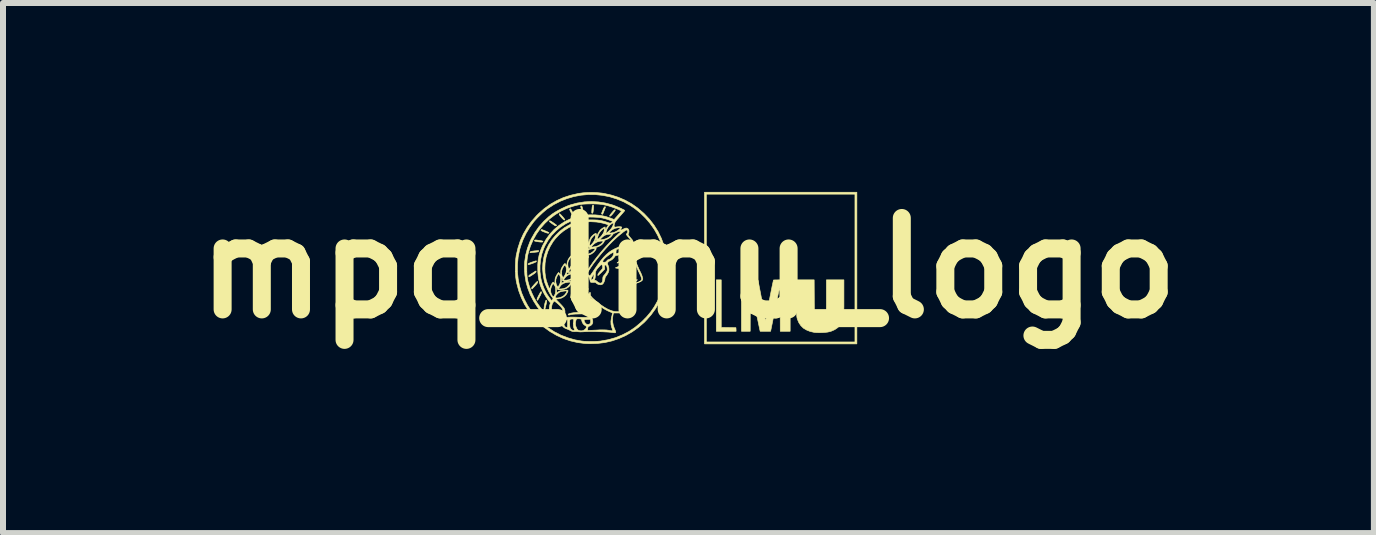
<source format=kicad_pcb>
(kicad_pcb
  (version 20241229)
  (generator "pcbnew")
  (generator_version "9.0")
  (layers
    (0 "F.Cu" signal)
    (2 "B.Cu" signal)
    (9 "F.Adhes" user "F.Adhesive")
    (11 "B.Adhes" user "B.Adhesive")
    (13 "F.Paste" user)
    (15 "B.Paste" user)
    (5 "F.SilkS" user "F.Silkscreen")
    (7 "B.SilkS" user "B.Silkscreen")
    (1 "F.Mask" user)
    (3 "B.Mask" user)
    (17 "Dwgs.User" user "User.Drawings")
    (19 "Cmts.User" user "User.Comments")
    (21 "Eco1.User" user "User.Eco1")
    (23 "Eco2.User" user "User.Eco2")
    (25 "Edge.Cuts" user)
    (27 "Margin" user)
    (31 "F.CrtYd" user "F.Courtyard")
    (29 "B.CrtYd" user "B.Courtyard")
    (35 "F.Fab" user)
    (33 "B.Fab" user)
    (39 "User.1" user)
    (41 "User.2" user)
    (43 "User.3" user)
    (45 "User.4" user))
  (footprint "mpq_lmu_logo"
    (layer "F.Cu")
    (at 8.426 1.418)
    (property "Reference" "mpq_lmu_logo" (at 0 0 0) (layer "F.SilkS") (effects (font (size 1.524 1.524) (thickness 0.3))))
    (attr through_hole)
    (fp_poly (pts (xy 0.546 0.99) (xy 0.668 0.992) (xy 0.791 0.994) (xy 0.793 1.024) (xy 0.794 1.054) (xy 0.464 1.054) (xy 0.464 0.197) (xy 0.546 0.197) (xy 0.546 0.99)) (stroke (width 0.01) (type solid)) (fill yes) (layer "F.SilkS"))
    (fp_poly (pts (xy 2.807 1.264) (xy 0.267 1.264) (xy 0.267 -1.232) (xy 0.298 -1.232) (xy 0.298 1.232) (xy 2.775 1.232) (xy 2.775 -1.232) (xy 0.298 -1.232) (xy 0.267 -1.232) (xy 0.267 -1.264) (xy 2.807 -1.264) (xy 2.807 1.264)) (stroke (width 0.01) (type solid)) (fill yes) (layer "F.SilkS"))
    (fp_poly (pts (xy -2.14 -0.9) (xy -2.128 -0.889) (xy -2.112 -0.872) (xy -2.095 -0.853) (xy -2.08 -0.835) (xy -2.068 -0.819) (xy -2.062 -0.808) (xy -2.061 -0.805) (xy -2.068 -0.8) (xy -2.078 -0.804) (xy -2.092 -0.816) (xy -2.113 -0.837) (xy -2.118 -0.844) (xy -2.14 -0.87) (xy -2.152 -0.889) (xy -2.155 -0.9) (xy -2.15 -0.905) (xy -2.148 -0.905) (xy -2.14 -0.9)) (stroke (width 0.01) (type solid)) (fill yes) (layer "F.SilkS"))
    (fp_poly (pts (xy -1.221 -0.97) (xy -1.22 -0.964) (xy -1.226 -0.953) (xy -1.239 -0.934) (xy -1.256 -0.912) (xy -1.276 -0.888) (xy -1.293 -0.872) (xy -1.305 -0.864) (xy -1.313 -0.865) (xy -1.314 -0.87) (xy -1.31 -0.879) (xy -1.3 -0.894) (xy -1.285 -0.913) (xy -1.269 -0.932) (xy -1.253 -0.951) (xy -1.239 -0.964) (xy -1.23 -0.971) (xy -1.228 -0.972) (xy -1.221 -0.97)) (stroke (width 0.01) (type solid)) (fill yes) (layer "F.SilkS"))
    (fp_poly (pts (xy -2.439 -0.639) (xy -2.421 -0.633) (xy -2.399 -0.624) (xy -2.376 -0.615) (xy -2.354 -0.605) (xy -2.337 -0.596) (xy -2.327 -0.59) (xy -2.326 -0.588) (xy -2.33 -0.582) (xy -2.34 -0.581) (xy -2.355 -0.583) (xy -2.379 -0.591) (xy -2.405 -0.601) (xy -2.434 -0.613) (xy -2.451 -0.622) (xy -2.459 -0.629) (xy -2.459 -0.632) (xy -2.453 -0.64) (xy -2.45 -0.641) (xy -2.439 -0.639)) (stroke (width 0.01) (type solid)) (fill yes) (layer "F.SilkS"))
    (fp_poly (pts (xy -2.536 -0.119) (xy -2.535 -0.115) (xy -2.535 -0.113) (xy -2.539 -0.105) (xy -2.55 -0.098) (xy -2.571 -0.088) (xy -2.596 -0.079) (xy -2.629 -0.067) (xy -2.651 -0.061) (xy -2.664 -0.058) (xy -2.671 -0.06) (xy -2.673 -0.065) (xy -2.672 -0.068) (xy -2.665 -0.075) (xy -2.645 -0.085) (xy -2.613 -0.098) (xy -2.602 -0.101) (xy -2.572 -0.111) (xy -2.553 -0.117) (xy -2.541 -0.12) (xy -2.536 -0.119)) (stroke (width 0.01) (type solid)) (fill yes) (layer "F.SilkS"))
    (fp_poly (pts (xy -1.965 -0.985) (xy -1.957 -0.975) (xy -1.945 -0.956) (xy -1.934 -0.933) (xy -1.922 -0.909) (xy -1.912 -0.889) (xy -1.906 -0.877) (xy -1.905 -0.873) (xy -1.91 -0.871) (xy -1.917 -0.87) (xy -1.926 -0.874) (xy -1.937 -0.888) (xy -1.951 -0.912) (xy -1.955 -0.92) (xy -1.969 -0.947) (xy -1.977 -0.965) (xy -1.98 -0.976) (xy -1.979 -0.982) (xy -1.973 -0.986) (xy -1.972 -0.987) (xy -1.965 -0.985)) (stroke (width 0.01) (type solid)) (fill yes) (layer "F.SilkS"))
    (fp_poly (pts (xy -2.534 -0.467) (xy -2.509 -0.463) (xy -2.496 -0.461) (xy -2.465 -0.457) (xy -2.444 -0.453) (xy -2.432 -0.449) (xy -2.427 -0.446) (xy -2.427 -0.441) (xy -2.429 -0.439) (xy -2.435 -0.434) (xy -2.449 -0.433) (xy -2.471 -0.434) (xy -2.503 -0.438) (xy -2.521 -0.441) (xy -2.543 -0.445) (xy -2.56 -0.449) (xy -2.567 -0.452) (xy -2.567 -0.453) (xy -2.565 -0.461) (xy -2.56 -0.466) (xy -2.551 -0.468) (xy -2.534 -0.467)) (stroke (width 0.01) (type solid)) (fill yes) (layer "F.SilkS"))
    (fp_poly (pts (xy -2.498 -0.29) (xy -2.498 -0.283) (xy -2.499 -0.278) (xy -2.505 -0.272) (xy -2.519 -0.268) (xy -2.544 -0.265) (xy -2.555 -0.264) (xy -2.582 -0.261) (xy -2.605 -0.259) (xy -2.622 -0.257) (xy -2.624 -0.256) (xy -2.637 -0.256) (xy -2.642 -0.258) (xy -2.639 -0.267) (xy -2.63 -0.274) (xy -2.614 -0.279) (xy -2.587 -0.283) (xy -2.566 -0.286) (xy -2.539 -0.288) (xy -2.516 -0.29) (xy -2.502 -0.291) (xy -2.498 -0.29)) (stroke (width 0.01) (type solid)) (fill yes) (layer "F.SilkS"))
    (fp_poly (pts (xy -2.452 0.398) (xy -2.45 0.406) (xy -2.453 0.418) (xy -2.46 0.436) (xy -2.473 0.463) (xy -2.474 0.464) (xy -2.487 0.489) (xy -2.499 0.511) (xy -2.508 0.526) (xy -2.511 0.53) (xy -2.518 0.538) (xy -2.521 0.535) (xy -2.524 0.529) (xy -2.524 0.518) (xy -2.518 0.5) (xy -2.506 0.475) (xy -2.493 0.45) (xy -2.478 0.423) (xy -2.468 0.405) (xy -2.461 0.396) (xy -2.456 0.394) (xy -2.452 0.398)) (stroke (width 0.01) (type solid)) (fill yes) (layer "F.SilkS"))
    (fp_poly (pts (xy -2.363 0.546) (xy -2.362 0.554) (xy -2.364 0.563) (xy -2.367 0.582) (xy -2.373 0.606) (xy -2.379 0.632) (xy -2.385 0.657) (xy -2.391 0.678) (xy -2.395 0.693) (xy -2.397 0.697) (xy -2.402 0.694) (xy -2.406 0.689) (xy -2.408 0.68) (xy -2.407 0.662) (xy -2.404 0.639) (xy -2.399 0.613) (xy -2.393 0.587) (xy -2.386 0.564) (xy -2.38 0.546) (xy -2.374 0.536) (xy -2.37 0.535) (xy -2.363 0.546)) (stroke (width 0.01) (type solid)) (fill yes) (layer "F.SilkS"))
    (fp_poly (pts (xy -1.386 -1.02) (xy -1.384 -1.017) (xy -1.386 -1.009) (xy -1.392 -0.993) (xy -1.4 -0.972) (xy -1.408 -0.95) (xy -1.417 -0.928) (xy -1.425 -0.909) (xy -1.43 -0.898) (xy -1.431 -0.896) (xy -1.437 -0.898) (xy -1.442 -0.9) (xy -1.447 -0.902) (xy -1.448 -0.909) (xy -1.445 -0.921) (xy -1.437 -0.941) (xy -1.429 -0.961) (xy -1.416 -0.991) (xy -1.405 -1.011) (xy -1.396 -1.021) (xy -1.395 -1.021) (xy -1.386 -1.02)) (stroke (width 0.01) (type solid)) (fill yes) (layer "F.SilkS"))
    (fp_poly (pts (xy -2.54 0.055) (xy -2.54 0.059) (xy -2.543 0.067) (xy -2.552 0.077) (xy -2.568 0.091) (xy -2.595 0.109) (xy -2.596 0.11) (xy -2.619 0.125) (xy -2.639 0.137) (xy -2.652 0.144) (xy -2.656 0.146) (xy -2.661 0.141) (xy -2.663 0.136) (xy -2.66 0.127) (xy -2.646 0.114) (xy -2.64 0.11) (xy -2.62 0.097) (xy -2.595 0.081) (xy -2.577 0.069) (xy -2.557 0.056) (xy -2.547 0.05) (xy -2.542 0.05) (xy -2.54 0.055)) (stroke (width 0.01) (type solid)) (fill yes) (layer "F.SilkS"))
    (fp_poly (pts (xy -2.515 0.224) (xy -2.513 0.228) (xy -2.513 0.237) (xy -2.519 0.249) (xy -2.532 0.267) (xy -2.553 0.291) (xy -2.557 0.296) (xy -2.577 0.317) (xy -2.593 0.334) (xy -2.604 0.346) (xy -2.608 0.349) (xy -2.612 0.344) (xy -2.614 0.34) (xy -2.615 0.334) (xy -2.613 0.326) (xy -2.606 0.316) (xy -2.593 0.3) (xy -2.574 0.278) (xy -2.558 0.261) (xy -2.539 0.24) (xy -2.526 0.228) (xy -2.519 0.223) (xy -2.515 0.224)) (stroke (width 0.01) (type solid)) (fill yes) (layer "F.SilkS"))
    (fp_poly (pts (xy -2.304 -0.786) (xy -2.291 -0.779) (xy -2.27 -0.766) (xy -2.258 -0.758) (xy -2.232 -0.739) (xy -2.214 -0.727) (xy -2.204 -0.719) (xy -2.2 -0.714) (xy -2.2 -0.71) (xy -2.204 -0.707) (xy -2.205 -0.706) (xy -2.215 -0.703) (xy -2.228 -0.708) (xy -2.229 -0.709) (xy -2.264 -0.733) (xy -2.289 -0.751) (xy -2.306 -0.764) (xy -2.315 -0.773) (xy -2.319 -0.78) (xy -2.317 -0.785) (xy -2.317 -0.785) (xy -2.312 -0.788) (xy -2.304 -0.786)) (stroke (width 0.01) (type solid)) (fill yes) (layer "F.SilkS"))
    (fp_poly (pts (xy -1.779 -1.033) (xy -1.775 -1.026) (xy -1.77 -1.012) (xy -1.764 -0.988) (xy -1.761 -0.972) (xy -1.755 -0.943) (xy -1.752 -0.925) (xy -1.752 -0.914) (xy -1.753 -0.909) (xy -1.758 -0.908) (xy -1.76 -0.908) (xy -1.771 -0.914) (xy -1.775 -0.922) (xy -1.778 -0.937) (xy -1.782 -0.958) (xy -1.787 -0.981) (xy -1.792 -1.003) (xy -1.795 -1.021) (xy -1.797 -1.031) (xy -1.797 -1.032) (xy -1.792 -1.035) (xy -1.785 -1.035) (xy -1.779 -1.033)) (stroke (width 0.01) (type solid)) (fill yes) (layer "F.SilkS"))
    (fp_poly (pts (xy -1.585 -1.046) (xy -1.582 -1.04) (xy -1.582 -1.026) (xy -1.583 -1.003) (xy -1.584 -0.992) (xy -1.587 -0.959) (xy -1.59 -0.937) (xy -1.593 -0.924) (xy -1.597 -0.917) (xy -1.603 -0.914) (xy -1.605 -0.914) (xy -1.609 -0.916) (xy -1.612 -0.922) (xy -1.612 -0.936) (xy -1.611 -0.959) (xy -1.61 -0.97) (xy -1.607 -1.003) (xy -1.604 -1.025) (xy -1.601 -1.039) (xy -1.597 -1.045) (xy -1.591 -1.048) (xy -1.589 -1.048) (xy -1.585 -1.046)) (stroke (width 0.01) (type solid)) (fill yes) (layer "F.SilkS"))
    (fp_poly (pts (xy -1.014 -0.175) (xy -1.001 -0.166) (xy -0.992 -0.153) (xy -0.992 -0.146) (xy -1 -0.147) (xy -1.009 -0.153) (xy -1.023 -0.161) (xy -1.036 -0.163) (xy -1.051 -0.159) (xy -1.067 -0.153) (xy -1.09 -0.141) (xy -1.115 -0.126) (xy -1.128 -0.118) (xy -1.151 -0.103) (xy -1.17 -0.091) (xy -1.184 -0.084) (xy -1.188 -0.083) (xy -1.191 -0.086) (xy -1.185 -0.091) (xy -1.174 -0.098) (xy -1.156 -0.111) (xy -1.136 -0.125) (xy -1.096 -0.152) (xy -1.062 -0.17) (xy -1.035 -0.177) (xy -1.014 -0.175)) (stroke (width 0.01) (type solid)) (fill yes) (layer "F.SilkS"))
    (fp_poly (pts (xy -0.968 0.145) (xy -0.967 0.159) (xy -0.969 0.182) (xy -0.97 0.211) (xy -0.967 0.228) (xy -0.959 0.234) (xy -0.943 0.231) (xy -0.92 0.22) (xy -0.919 0.22) (xy -0.896 0.207) (xy -0.875 0.199) (xy -0.86 0.194) (xy -0.852 0.195) (xy -0.852 0.198) (xy -0.859 0.203) (xy -0.874 0.212) (xy -0.895 0.223) (xy -0.907 0.229) (xy -0.959 0.253) (xy -0.973 0.24) (xy -0.98 0.231) (xy -0.983 0.221) (xy -0.983 0.204) (xy -0.981 0.188) (xy -0.978 0.167) (xy -0.974 0.15) (xy -0.971 0.143) (xy -0.968 0.145)) (stroke (width 0.01) (type solid)) (fill yes) (layer "F.SilkS"))
    (fp_poly (pts (xy -1.007 -0.115) (xy -1.004 -0.104) (xy -1.003 -0.098) (xy -1.007 -0.085) (xy -1.014 -0.083) (xy -1.021 -0.079) (xy -1.02 -0.068) (xy -1.019 -0.054) (xy -1.019 -0.033) (xy -1.02 -0.021) (xy -1.024 0.013) (xy -1.076 0.012) (xy -1.108 0.011) (xy -1.142 0.009) (xy -1.171 0.006) (xy -1.193 0.003) (xy -1.209 0.000175) (xy -1.217 -0.002) (xy -1.217 -0.002) (xy -1.214 -0.006) (xy -1.201 -0.011) (xy -1.198 -0.012) (xy -1.146 -0.012) (xy -1.138 -0.009) (xy -1.12 -0.008) (xy -1.095 -0.008) (xy -1.09 -0.008) (xy -1.038 -0.01) (xy -1.036 -0.037) (xy -1.036 -0.054) (xy -1.039 -0.061) (xy -1.046 -0.063) (xy -1.048 -0.064) (xy -1.06 -0.061) (xy -1.078 -0.054) (xy -1.098 -0.044) (xy -1.118 -0.034) (xy -1.135 -0.024) (xy -1.145 -0.016) (xy -1.146 -0.012) (xy -1.198 -0.012) (xy -1.196 -0.013) (xy -1.18 -0.02) (xy -1.157 -0.033) (xy -1.132 -0.048) (xy -1.121 -0.055) (xy -1.094 -0.072) (xy -1.068 -0.085) (xy -1.049 -0.092) (xy -1.045 -0.093) (xy -1.025 -0.099) (xy -1.018 -0.109) (xy -1.013 -0.117) (xy -1.007 -0.115)) (stroke (width 0.01) (type solid)) (fill yes) (layer "F.SilkS"))
    (fp_poly (pts (xy -1.715 0.125) (xy -1.705 0.133) (xy -1.699 0.142) (xy -1.696 0.153) (xy -1.696 0.171) (xy -1.698 0.193) (xy -1.699 0.219) (xy -1.698 0.235) (xy -1.695 0.244) (xy -1.692 0.248) (xy -1.686 0.257) (xy -1.689 0.262) (xy -1.698 0.264) (xy -1.705 0.26) (xy -1.71 0.254) (xy -1.712 0.243) (xy -1.713 0.226) (xy -1.711 0.2) (xy -1.709 0.174) (xy -1.709 0.157) (xy -1.712 0.146) (xy -1.717 0.141) (xy -1.733 0.133) (xy -1.749 0.137) (xy -1.764 0.151) (xy -1.775 0.173) (xy -1.782 0.201) (xy -1.782 0.204) (xy -1.782 0.236) (xy -1.774 0.261) (xy -1.756 0.284) (xy -1.74 0.299) (xy -1.723 0.314) (xy -1.711 0.328) (xy -1.708 0.334) (xy -1.7 0.345) (xy -1.691 0.349) (xy -1.684 0.347) (xy -1.683 0.342) (xy -1.681 0.337) (xy -1.675 0.341) (xy -1.671 0.35) (xy -1.676 0.359) (xy -1.687 0.367) (xy -1.697 0.365) (xy -1.705 0.358) (xy -1.713 0.346) (xy -1.714 0.339) (xy -1.719 0.331) (xy -1.732 0.32) (xy -1.74 0.314) (xy -1.767 0.293) (xy -1.783 0.268) (xy -1.79 0.236) (xy -1.791 0.218) (xy -1.79 0.194) (xy -1.787 0.173) (xy -1.785 0.163) (xy -1.772 0.141) (xy -1.754 0.127) (xy -1.734 0.121) (xy -1.715 0.125)) (stroke (width 0.01) (type solid)) (fill yes) (layer "F.SilkS"))
    (fp_poly (pts (xy 2.097 0.504) (xy 2.097 0.577) (xy 2.098 0.638) (xy 2.098 0.69) (xy 2.099 0.731) (xy 2.101 0.764) (xy 2.103 0.79) (xy 2.105 0.81) (xy 2.109 0.825) (xy 2.114 0.835) (xy 2.12 0.842) (xy 2.128 0.848) (xy 2.137 0.852) (xy 2.148 0.857) (xy 2.148 0.858) (xy 2.184 0.868) (xy 2.218 0.867) (xy 2.248 0.856) (xy 2.259 0.85) (xy 2.269 0.845) (xy 2.276 0.838) (xy 2.283 0.83) (xy 2.288 0.819) (xy 2.291 0.803) (xy 2.294 0.782) (xy 2.296 0.755) (xy 2.298 0.721) (xy 2.298 0.678) (xy 2.299 0.626) (xy 2.299 0.563) (xy 2.299 0.497) (xy 2.299 0.197) (xy 2.591 0.197) (xy 2.591 0.5) (xy 2.591 0.573) (xy 2.591 0.635) (xy 2.59 0.686) (xy 2.59 0.728) (xy 2.589 0.762) (xy 2.588 0.788) (xy 2.586 0.809) (xy 2.584 0.824) (xy 2.582 0.836) (xy 2.581 0.84) (xy 2.56 0.899) (xy 2.529 0.95) (xy 2.488 0.993) (xy 2.438 1.027) (xy 2.379 1.053) (xy 2.351 1.061) (xy 2.318 1.068) (xy 2.275 1.073) (xy 2.228 1.076) (xy 2.181 1.077) (xy 2.137 1.076) (xy 2.101 1.073) (xy 2.099 1.073) (xy 2.028 1.057) (xy 1.968 1.033) (xy 1.916 1.002) (xy 1.874 0.961) (xy 1.841 0.913) (xy 1.816 0.855) (xy 1.812 0.84) (xy 1.809 0.83) (xy 1.807 0.817) (xy 1.805 0.801) (xy 1.804 0.78) (xy 1.803 0.754) (xy 1.802 0.72) (xy 1.801 0.678) (xy 1.8 0.627) (xy 1.799 0.566) (xy 1.799 0.5) (xy 1.796 0.197) (xy 2.095 0.197) (xy 2.097 0.504)) (stroke (width 0.01) (type solid)) (fill yes) (layer "F.SilkS"))
    (fp_poly (pts (xy 1.021 0.198) (xy 1.159 0.2) (xy 1.185 0.337) (xy 1.199 0.408) (xy 1.213 0.483) (xy 1.227 0.559) (xy 1.24 0.633) (xy 1.252 0.703) (xy 1.262 0.765) (xy 1.267 0.799) (xy 1.273 0.833) (xy 1.278 0.856) (xy 1.283 0.867) (xy 1.285 0.868) (xy 1.289 0.861) (xy 1.294 0.845) (xy 1.298 0.821) (xy 1.3 0.809) (xy 1.304 0.781) (xy 1.311 0.742) (xy 1.319 0.695) (xy 1.329 0.642) (xy 1.339 0.585) (xy 1.35 0.527) (xy 1.361 0.469) (xy 1.372 0.414) (xy 1.382 0.363) (xy 1.391 0.32) (xy 1.394 0.303) (xy 1.402 0.269) (xy 1.408 0.239) (xy 1.413 0.217) (xy 1.415 0.203) (xy 1.416 0.2) (xy 1.422 0.199) (xy 1.439 0.198) (xy 1.465 0.198) (xy 1.498 0.197) (xy 1.537 0.197) (xy 1.556 0.197) (xy 1.695 0.197) (xy 1.695 1.054) (xy 1.53 1.054) (xy 1.529 0.692) (xy 1.528 0.615) (xy 1.528 0.545) (xy 1.527 0.484) (xy 1.526 0.432) (xy 1.525 0.39) (xy 1.524 0.359) (xy 1.523 0.339) (xy 1.521 0.33) (xy 1.521 0.33) (xy 1.519 0.336) (xy 1.514 0.353) (xy 1.508 0.381) (xy 1.499 0.417) (xy 1.49 0.461) (xy 1.479 0.511) (xy 1.467 0.567) (xy 1.455 0.627) (xy 1.453 0.64) (xy 1.44 0.702) (xy 1.428 0.763) (xy 1.416 0.821) (xy 1.406 0.873) (xy 1.397 0.918) (xy 1.389 0.956) (xy 1.383 0.984) (xy 1.38 1.001) (xy 1.38 1.002) (xy 1.369 1.054) (xy 1.195 1.054) (xy 1.185 1.011) (xy 1.182 0.996) (xy 1.177 0.972) (xy 1.17 0.939) (xy 1.161 0.896) (xy 1.15 0.844) (xy 1.137 0.782) (xy 1.122 0.708) (xy 1.105 0.624) (xy 1.085 0.528) (xy 1.065 0.43) (xy 1.058 0.396) (xy 1.051 0.367) (xy 1.045 0.345) (xy 1.04 0.332) (xy 1.038 0.33) (xy 1.037 0.336) (xy 1.035 0.355) (xy 1.034 0.386) (xy 1.033 0.429) (xy 1.032 0.484) (xy 1.031 0.551) (xy 1.031 0.629) (xy 1.03 0.692) (xy 1.029 1.054) (xy 0.883 1.054) (xy 0.883 0.197) (xy 1.021 0.198)) (stroke (width 0.01) (type solid)) (fill yes) (layer "F.SilkS"))
    (fp_poly (pts (xy -1.523 -1.257) (xy -1.45 -1.25) (xy -1.413 -1.245) (xy -1.287 -1.217) (xy -1.167 -1.179) (xy -1.054 -1.13) (xy -0.946 -1.07) (xy -0.845 -0.999) (xy -0.749 -0.916) (xy -0.737 -0.905) (xy -0.649 -0.812) (xy -0.573 -0.713) (xy -0.507 -0.608) (xy -0.453 -0.497) (xy -0.409 -0.379) (xy -0.376 -0.255) (xy -0.367 -0.21) (xy -0.36 -0.159) (xy -0.355 -0.1) (xy -0.353 -0.036) (xy -0.353 0.031) (xy -0.355 0.095) (xy -0.36 0.155) (xy -0.366 0.206) (xy -0.367 0.21) (xy -0.396 0.336) (xy -0.436 0.456) (xy -0.487 0.57) (xy -0.549 0.677) (xy -0.622 0.778) (xy -0.706 0.873) (xy -0.737 0.905) (xy -0.833 0.988) (xy -0.935 1.061) (xy -1.043 1.123) (xy -1.156 1.174) (xy -1.273 1.214) (xy -1.395 1.242) (xy -1.519 1.257) (xy -1.646 1.261) (xy -1.724 1.258) (xy -1.848 1.242) (xy -1.968 1.214) (xy -2.086 1.174) (xy -2.199 1.122) (xy -2.306 1.06) (xy -2.408 0.987) (xy -2.501 0.905) (xy -2.589 0.812) (xy -2.666 0.712) (xy -2.732 0.607) (xy -2.786 0.496) (xy -2.83 0.378) (xy -2.863 0.254) (xy -2.872 0.21) (xy -2.879 0.159) (xy -2.883 0.1) (xy -2.885 0.058) (xy -2.851 0.058) (xy -2.839 0.179) (xy -2.817 0.297) (xy -2.815 0.302) (xy -2.782 0.412) (xy -2.736 0.52) (xy -2.681 0.624) (xy -2.616 0.723) (xy -2.578 0.772) (xy -2.551 0.803) (xy -2.517 0.839) (xy -2.478 0.877) (xy -2.438 0.914) (xy -2.399 0.949) (xy -2.364 0.978) (xy -2.345 0.992) (xy -2.238 1.061) (xy -2.127 1.118) (xy -2.01 1.163) (xy -1.89 1.197) (xy -1.784 1.216) (xy -1.739 1.221) (xy -1.685 1.223) (xy -1.627 1.224) (xy -1.568 1.224) (xy -1.513 1.221) (xy -1.466 1.217) (xy -1.46 1.216) (xy -1.335 1.194) (xy -1.215 1.16) (xy -1.102 1.114) (xy -0.994 1.058) (xy -0.892 0.99) (xy -0.796 0.91) (xy -0.77 0.886) (xy -0.694 0.809) (xy -0.629 0.731) (xy -0.573 0.65) (xy -0.524 0.564) (xy -0.514 0.546) (xy -0.467 0.439) (xy -0.43 0.33) (xy -0.405 0.218) (xy -0.391 0.102) (xy -0.388 0) (xy -0.393 -0.121) (xy -0.409 -0.237) (xy -0.435 -0.348) (xy -0.473 -0.456) (xy -0.514 -0.546) (xy -0.572 -0.648) (xy -0.641 -0.745) (xy -0.719 -0.836) (xy -0.805 -0.92) (xy -0.897 -0.994) (xy -0.978 -1.048) (xy -1.087 -1.107) (xy -1.2 -1.153) (xy -1.316 -1.189) (xy -1.434 -1.212) (xy -1.553 -1.224) (xy -1.673 -1.225) (xy -1.792 -1.214) (xy -1.909 -1.192) (xy -2.024 -1.158) (xy -2.136 -1.114) (xy -2.244 -1.058) (xy -2.347 -0.991) (xy -2.362 -0.98) (xy -2.395 -0.953) (xy -2.433 -0.92) (xy -2.473 -0.882) (xy -2.513 -0.843) (xy -2.548 -0.806) (xy -2.577 -0.773) (xy -2.578 -0.772) (xy -2.647 -0.678) (xy -2.707 -0.578) (xy -2.758 -0.471) (xy -2.798 -0.362) (xy -2.815 -0.302) (xy -2.839 -0.184) (xy -2.85 -0.063) (xy -2.851 0.058) (xy -2.885 0.058) (xy -2.886 0.036) (xy -2.886 -0.031) (xy -2.883 -0.095) (xy -2.879 -0.155) (xy -2.872 -0.206) (xy -2.872 -0.21) (xy -2.842 -0.336) (xy -2.803 -0.456) (xy -2.752 -0.569) (xy -2.69 -0.676) (xy -2.617 -0.777) (xy -2.533 -0.873) (xy -2.501 -0.905) (xy -2.406 -0.989) (xy -2.305 -1.062) (xy -2.198 -1.123) (xy -2.086 -1.174) (xy -1.967 -1.213) (xy -1.841 -1.242) (xy -1.825 -1.245) (xy -1.757 -1.254) (xy -1.681 -1.259) (xy -1.602 -1.26) (xy -1.523 -1.257)) (stroke (width 0.01) (type solid)) (fill yes) (layer "F.SilkS"))
    (fp_poly (pts (xy -1.499 -1.102) (xy -1.381 -1.083) (xy -1.273 -1.054) (xy -1.247 -1.045) (xy -1.216 -1.033) (xy -1.184 -1.02) (xy -1.152 -1.006) (xy -1.121 -0.992) (xy -1.095 -0.979) (xy -1.075 -0.969) (xy -1.064 -0.961) (xy -1.062 -0.958) (xy -1.066 -0.952) (xy -1.078 -0.938) (xy -1.095 -0.918) (xy -1.117 -0.893) (xy -1.14 -0.867) (xy -1.168 -0.834) (xy -1.19 -0.81) (xy -1.205 -0.791) (xy -1.216 -0.777) (xy -1.223 -0.765) (xy -1.228 -0.754) (xy -1.232 -0.742) (xy -1.236 -0.728) (xy -1.24 -0.704) (xy -1.238 -0.689) (xy -1.228 -0.683) (xy -1.208 -0.683) (xy -1.194 -0.686) (xy -1.174 -0.688) (xy -1.152 -0.689) (xy -1.131 -0.688) (xy -1.117 -0.685) (xy -1.111 -0.681) (xy -1.114 -0.674) (xy -1.122 -0.661) (xy -1.124 -0.656) (xy -1.138 -0.635) (xy -1.123 -0.635) (xy -1.109 -0.638) (xy -1.09 -0.647) (xy -1.083 -0.651) (xy -1.054 -0.664) (xy -1.029 -0.666) (xy -1.01 -0.656) (xy -1.004 -0.65) (xy -0.993 -0.627) (xy -0.992 -0.601) (xy -1 -0.576) (xy -1.001 -0.575) (xy -1.005 -0.568) (xy -1.006 -0.561) (xy -1.003 -0.552) (xy -0.995 -0.54) (xy -0.981 -0.522) (xy -0.961 -0.498) (xy -0.947 -0.481) (xy -0.937 -0.469) (xy -0.93 -0.459) (xy -0.926 -0.446) (xy -0.924 -0.429) (xy -0.923 -0.403) (xy -0.923 -0.393) (xy -0.922 -0.362) (xy -0.923 -0.341) (xy -0.926 -0.331) (xy -0.927 -0.33) (xy -0.933 -0.326) (xy -0.932 -0.312) (xy -0.925 -0.289) (xy -0.911 -0.255) (xy -0.91 -0.253) (xy -0.896 -0.216) (xy -0.888 -0.185) (xy -0.885 -0.158) (xy -0.88 -0.125) (xy -0.868 -0.083) (xy -0.848 -0.033) (xy -0.822 0.026) (xy -0.805 0.06) (xy -0.789 0.093) (xy -0.776 0.126) (xy -0.767 0.155) (xy -0.762 0.177) (xy -0.762 0.182) (xy -0.767 0.2) (xy -0.783 0.216) (xy -0.811 0.232) (xy -0.843 0.244) (xy -0.873 0.255) (xy -0.893 0.265) (xy -0.903 0.277) (xy -0.906 0.292) (xy -0.903 0.313) (xy -0.902 0.318) (xy -0.896 0.337) (xy -0.891 0.35) (xy -0.888 0.353) (xy -0.884 0.362) (xy -0.883 0.377) (xy -0.886 0.392) (xy -0.89 0.398) (xy -0.893 0.408) (xy -0.89 0.418) (xy -0.885 0.428) (xy -0.884 0.435) (xy -0.889 0.444) (xy -0.9 0.457) (xy -0.906 0.465) (xy -0.93 0.491) (xy -0.928 0.553) (xy -0.929 0.598) (xy -0.935 0.633) (xy -0.947 0.661) (xy -0.966 0.683) (xy -0.994 0.703) (xy -1.01 0.711) (xy -1.049 0.729) (xy -1.087 0.741) (xy -1.128 0.747) (xy -1.175 0.749) (xy -1.182 0.749) (xy -1.25 0.749) (xy -1.258 0.783) (xy -1.266 0.838) (xy -1.264 0.898) (xy -1.253 0.957) (xy -1.233 1.013) (xy -1.228 1.023) (xy -1.219 1.043) (xy -1.214 1.06) (xy -1.213 1.067) (xy -1.214 1.074) (xy -1.221 1.078) (xy -1.234 1.079) (xy -1.256 1.076) (xy -1.28 1.073) (xy -1.304 1.07) (xy -1.339 1.067) (xy -1.382 1.065) (xy -1.431 1.062) (xy -1.483 1.061) (xy -1.536 1.059) (xy -1.588 1.058) (xy -1.637 1.058) (xy -1.68 1.059) (xy -1.714 1.06) (xy -1.731 1.061) (xy -1.769 1.063) (xy -1.801 1.064) (xy -1.825 1.063) (xy -1.833 1.062) (xy -1.854 1.059) (xy -1.88 1.058) (xy -1.893 1.059) (xy -1.916 1.059) (xy -1.937 1.056) (xy -1.959 1.047) (xy -1.988 1.032) (xy -2.003 1.025) (xy -2.024 1.016) (xy -2.034 1.013) (xy -2.064 0.999) (xy -2.089 0.981) (xy -2.105 0.962) (xy -2.108 0.955) (xy -2.117 0.943) (xy -2.133 0.931) (xy -2.139 0.927) (xy -2.163 0.912) (xy -2.175 0.894) (xy -2.175 0.892) (xy -2.15 0.892) (xy -2.14 0.904) (xy -2.131 0.908) (xy -2.122 0.91) (xy -2.116 0.904) (xy -2.112 0.894) (xy -2.08 0.894) (xy -2.08 0.921) (xy -2.079 0.926) (xy -2.071 0.957) (xy -2.059 0.977) (xy -2.042 0.988) (xy -2.029 0.99) (xy -2.023 0.989) (xy -2.019 0.986) (xy -2.017 0.976) (xy -2.016 0.959) (xy -2.015 0.932) (xy -2.015 0.924) (xy -1.981 0.924) (xy -1.979 0.964) (xy -1.974 0.993) (xy -1.964 1.014) (xy -1.949 1.028) (xy -1.947 1.029) (xy -1.926 1.039) (xy -1.91 1.04) (xy -1.901 1.032) (xy -1.901 1.019) (xy -1.904 1.014) (xy -1.912 0.997) (xy -1.918 0.97) (xy -1.92 0.939) (xy -1.919 0.922) (xy -1.885 0.922) (xy -1.884 0.942) (xy -1.88 0.962) (xy -1.877 0.972) (xy -1.865 1.003) (xy -1.853 1.024) (xy -1.837 1.037) (xy -1.815 1.044) (xy -1.79 1.047) (xy -1.77 1.045) (xy -1.755 1.041) (xy -1.745 1.036) (xy -1.682 1.036) (xy -1.681 1.039) (xy -1.674 1.039) (xy -1.657 1.039) (xy -1.63 1.038) (xy -1.597 1.037) (xy -1.559 1.035) (xy -1.552 1.035) (xy -1.481 1.031) (xy -1.421 1.031) (xy -1.372 1.032) (xy -1.332 1.037) (xy -1.308 1.041) (xy -1.284 1.046) (xy -1.27 1.046) (xy -1.264 1.042) (xy -1.264 1.04) (xy -1.266 1.03) (xy -1.271 1.012) (xy -1.277 0.997) (xy -1.291 0.944) (xy -1.293 0.888) (xy -1.284 0.828) (xy -1.284 0.826) (xy -1.277 0.8) (xy -1.272 0.778) (xy -1.268 0.763) (xy -1.267 0.76) (xy -1.266 0.752) (xy -1.275 0.745) (xy -1.287 0.739) (xy -1.349 0.712) (xy -1.404 0.682) (xy -1.456 0.649) (xy -1.507 0.609) (xy -1.562 0.56) (xy -1.573 0.549) (xy -1.599 0.525) (xy -1.621 0.505) (xy -1.639 0.491) (xy -1.65 0.483) (xy -1.654 0.482) (xy -1.654 0.486) (xy -1.654 0.494) (xy -1.651 0.507) (xy -1.646 0.528) (xy -1.639 0.556) (xy -1.629 0.595) (xy -1.619 0.629) (xy -1.609 0.672) (xy -1.603 0.714) (xy -1.602 0.751) (xy -1.604 0.781) (xy -1.608 0.794) (xy -1.613 0.809) (xy -1.613 0.822) (xy -1.607 0.838) (xy -1.606 0.841) (xy -1.596 0.874) (xy -1.595 0.906) (xy -1.604 0.933) (xy -1.605 0.934) (xy -1.619 0.95) (xy -1.639 0.963) (xy -1.659 0.971) (xy -1.665 0.972) (xy -1.672 0.977) (xy -1.677 0.994) (xy -1.679 1.004) (xy -1.681 1.023) (xy -1.682 1.036) (xy -1.745 1.036) (xy -1.732 1.029) (xy -1.714 1.012) (xy -1.703 0.993) (xy -1.702 0.984) (xy -1.705 0.97) (xy -1.717 0.96) (xy -1.721 0.959) (xy -1.744 0.943) (xy -1.763 0.919) (xy -1.775 0.892) (xy -1.776 0.885) (xy -1.779 0.875) (xy -1.74 0.875) (xy -1.736 0.891) (xy -1.726 0.909) (xy -1.712 0.926) (xy -1.696 0.938) (xy -1.686 0.941) (xy -1.664 0.94) (xy -1.645 0.931) (xy -1.633 0.915) (xy -1.63 0.896) (xy -1.631 0.876) (xy -1.636 0.854) (xy -1.683 0.856) (xy -1.707 0.858) (xy -1.725 0.86) (xy -1.735 0.863) (xy -1.736 0.864) (xy -1.74 0.875) (xy -1.779 0.875) (xy -1.781 0.867) (xy -1.788 0.854) (xy -1.79 0.852) (xy -1.802 0.848) (xy -1.822 0.845) (xy -1.844 0.845) (xy -1.861 0.848) (xy -1.866 0.85) (xy -1.871 0.859) (xy -1.877 0.876) (xy -1.881 0.896) (xy -1.885 0.922) (xy -1.919 0.922) (xy -1.919 0.908) (xy -1.917 0.897) (xy -1.913 0.872) (xy -1.914 0.857) (xy -1.921 0.85) (xy -1.935 0.849) (xy -1.949 0.85) (xy -1.963 0.852) (xy -1.972 0.857) (xy -1.978 0.868) (xy -1.98 0.886) (xy -1.981 0.914) (xy -1.981 0.924) (xy -2.015 0.924) (xy -2.015 0.892) (xy -2.016 0.872) (xy -2.02 0.86) (xy -2.027 0.857) (xy -2.04 0.859) (xy -2.056 0.864) (xy -2.073 0.875) (xy -2.08 0.894) (xy -2.112 0.894) (xy -2.111 0.89) (xy -2.107 0.874) (xy -2.108 0.862) (xy -2.109 0.861) (xy -2.119 0.858) (xy -2.133 0.861) (xy -2.145 0.87) (xy -2.149 0.876) (xy -2.15 0.892) (xy -2.175 0.892) (xy -2.176 0.873) (xy -2.165 0.848) (xy -2.143 0.82) (xy -2.134 0.809) (xy -2.113 0.787) (xy -2.101 0.769) (xy -2.095 0.751) (xy -2.094 0.73) (xy -2.095 0.708) (xy -2.1 0.686) (xy -2.113 0.662) (xy -2.134 0.636) (xy -2.165 0.607) (xy -2.18 0.593) (xy -2.205 0.572) (xy -2.223 0.559) (xy -2.234 0.552) (xy -2.241 0.552) (xy -2.243 0.553) (xy -2.261 0.582) (xy -2.273 0.607) (xy -2.279 0.633) (xy -2.282 0.664) (xy -2.283 0.693) (xy -2.283 0.723) (xy -2.281 0.745) (xy -2.278 0.762) (xy -2.272 0.779) (xy -2.263 0.8) (xy -2.256 0.813) (xy -2.24 0.842) (xy -2.222 0.87) (xy -2.205 0.893) (xy -2.201 0.897) (xy -2.183 0.918) (xy -2.174 0.932) (xy -2.173 0.943) (xy -2.18 0.951) (xy -2.189 0.951) (xy -2.207 0.944) (xy -2.23 0.929) (xy -2.258 0.909) (xy -2.29 0.885) (xy -2.323 0.857) (xy -2.358 0.828) (xy -2.391 0.797) (xy -2.422 0.766) (xy -2.446 0.74) (xy -2.521 0.646) (xy -2.584 0.547) (xy -2.637 0.445) (xy -2.678 0.338) (xy -2.709 0.229) (xy -2.727 0.118) (xy -2.734 0.006) (xy -2.734 -0.003) (xy -2.695 -0.003) (xy -2.695 0.055) (xy -2.693 0.104) (xy -2.689 0.147) (xy -2.683 0.187) (xy -2.674 0.229) (xy -2.661 0.275) (xy -2.65 0.311) (xy -2.616 0.404) (xy -2.572 0.497) (xy -2.519 0.586) (xy -2.46 0.669) (xy -2.448 0.683) (xy -2.433 0.701) (xy -2.413 0.723) (xy -2.39 0.746) (xy -2.366 0.771) (xy -2.342 0.794) (xy -2.321 0.813) (xy -2.305 0.828) (xy -2.294 0.837) (xy -2.291 0.838) (xy -2.291 0.833) (xy -2.295 0.818) (xy -2.302 0.798) (xy -2.303 0.792) (xy -2.314 0.75) (xy -2.319 0.704) (xy -2.319 0.658) (xy -2.312 0.617) (xy -2.31 0.61) (xy -2.301 0.582) (xy -2.345 0.524) (xy -2.373 0.483) (xy -2.402 0.434) (xy -2.43 0.382) (xy -2.453 0.331) (xy -2.47 0.286) (xy -2.486 0.234) (xy -2.498 0.184) (xy -2.505 0.134) (xy -2.51 0.078) (xy -2.512 0.032) (xy -2.512 -0.039) (xy -2.475 -0.039) (xy -2.475 0.061) (xy -2.463 0.16) (xy -2.45 0.219) (xy -2.433 0.275) (xy -2.411 0.334) (xy -2.384 0.39) (xy -2.369 0.419) (xy -2.353 0.445) (xy -2.335 0.471) (xy -2.318 0.496) (xy -2.302 0.517) (xy -2.289 0.533) (xy -2.281 0.54) (xy -2.28 0.54) (xy -2.273 0.535) (xy -2.264 0.524) (xy -2.262 0.52) (xy -2.21 0.52) (xy -2.206 0.526) (xy -2.194 0.539) (xy -2.176 0.557) (xy -2.154 0.579) (xy -2.147 0.586) (xy -2.122 0.612) (xy -2.099 0.637) (xy -2.082 0.658) (xy -2.071 0.674) (xy -2.071 0.675) (xy -2.059 0.712) (xy -2.059 0.752) (xy -2.067 0.787) (xy -2.072 0.805) (xy -2.073 0.818) (xy -2.073 0.82) (xy -2.064 0.823) (xy -2.045 0.823) (xy -2.02 0.821) (xy -1.995 0.819) (xy -1.962 0.818) (xy -1.924 0.818) (xy -1.885 0.819) (xy -1.88 0.819) (xy -1.821 0.821) (xy -1.774 0.822) (xy -1.737 0.823) (xy -1.708 0.822) (xy -1.687 0.821) (xy -1.671 0.819) (xy -1.661 0.816) (xy -1.653 0.811) (xy -1.65 0.809) (xy -1.637 0.787) (xy -1.63 0.755) (xy -1.63 0.714) (xy -1.636 0.666) (xy -1.649 0.611) (xy -1.658 0.581) (xy -1.666 0.553) (xy -1.674 0.526) (xy -1.68 0.505) (xy -1.681 0.499) (xy -1.687 0.481) (xy -1.699 0.47) (xy -1.707 0.466) (xy -1.727 0.458) (xy -1.727 0.494) (xy -1.725 0.522) (xy -1.721 0.553) (xy -1.718 0.568) (xy -1.706 0.628) (xy -1.7 0.676) (xy -1.701 0.714) (xy -1.708 0.74) (xy -1.721 0.756) (xy -1.723 0.757) (xy -1.736 0.761) (xy -1.762 0.763) (xy -1.799 0.765) (xy -1.835 0.766) (xy -1.884 0.767) (xy -1.923 0.77) (xy -1.951 0.774) (xy -1.965 0.777) (xy -1.988 0.783) (xy -2.001 0.782) (xy -2.003 0.781) (xy -2.005 0.772) (xy -1.996 0.764) (xy -1.976 0.757) (xy -1.947 0.75) (xy -1.909 0.744) (xy -1.864 0.74) (xy -1.833 0.739) (xy -1.795 0.737) (xy -1.766 0.734) (xy -1.745 0.728) (xy -1.732 0.719) (xy -1.725 0.704) (xy -1.724 0.682) (xy -1.728 0.651) (xy -1.736 0.61) (xy -1.741 0.585) (xy -1.746 0.551) (xy -1.751 0.513) (xy -1.753 0.479) (xy -1.753 0.472) (xy -1.754 0.434) (xy -1.759 0.407) (xy -1.762 0.4) (xy -1.77 0.387) (xy -1.775 0.381) (xy -1.775 0.381) (xy -1.781 0.385) (xy -1.795 0.394) (xy -1.813 0.408) (xy -1.819 0.412) (xy -1.844 0.43) (xy -1.872 0.447) (xy -1.901 0.463) (xy -1.927 0.476) (xy -1.949 0.485) (xy -1.963 0.488) (xy -1.965 0.488) (xy -1.966 0.484) (xy -1.955 0.474) (xy -1.934 0.458) (xy -1.917 0.446) (xy -1.88 0.421) (xy -1.849 0.397) (xy -1.824 0.376) (xy -1.808 0.359) (xy -1.801 0.347) (xy -1.802 0.342) (xy -1.809 0.34) (xy -1.821 0.346) (xy -1.838 0.361) (xy -1.856 0.376) (xy -1.872 0.385) (xy -1.882 0.388) (xy -1.886 0.384) (xy -1.882 0.379) (xy -1.872 0.366) (xy -1.857 0.349) (xy -1.857 0.349) (xy -1.841 0.329) (xy -1.833 0.316) (xy -1.831 0.304) (xy -1.831 0.299) (xy -1.839 0.264) (xy -1.843 0.239) (xy -1.844 0.227) (xy -1.822 0.227) (xy -1.813 0.269) (xy -1.794 0.311) (xy -1.78 0.332) (xy -1.763 0.356) (xy -1.746 0.381) (xy -1.737 0.395) (xy -1.725 0.414) (xy -1.712 0.43) (xy -1.705 0.435) (xy -1.693 0.442) (xy -1.683 0.441) (xy -1.671 0.435) (xy -1.656 0.425) (xy -1.648 0.412) (xy -1.648 0.412) (xy -1.643 0.404) (xy -1.638 0.406) (xy -1.636 0.416) (xy -1.636 0.431) (xy -1.636 0.434) (xy -1.635 0.449) (xy -1.627 0.466) (xy -1.612 0.486) (xy -1.587 0.511) (xy -1.553 0.541) (xy -1.535 0.556) (xy -1.465 0.611) (xy -1.4 0.655) (xy -1.339 0.689) (xy -1.281 0.712) (xy -1.226 0.726) (xy -1.222 0.726) (xy -1.196 0.728) (xy -1.163 0.727) (xy -1.127 0.725) (xy -1.094 0.72) (xy -1.069 0.715) (xy -1.038 0.702) (xy -1.007 0.684) (xy -0.98 0.664) (xy -0.963 0.646) (xy -0.956 0.635) (xy -0.952 0.622) (xy -0.951 0.603) (xy -0.951 0.576) (xy -0.951 0.574) (xy -0.95 0.533) (xy -0.945 0.504) (xy -0.943 0.497) (xy -0.936 0.478) (xy -0.934 0.468) (xy -0.939 0.464) (xy -0.945 0.463) (xy -0.956 0.461) (xy -0.968 0.456) (xy -0.977 0.451) (xy -0.98 0.446) (xy -0.977 0.445) (xy -0.963 0.447) (xy -0.95 0.452) (xy -0.934 0.455) (xy -0.917 0.454) (xy -0.905 0.449) (xy -0.902 0.442) (xy -0.906 0.432) (xy -0.915 0.422) (xy -0.928 0.41) (xy -0.91 0.396) (xy -0.899 0.385) (xy -0.897 0.378) (xy -0.9 0.374) (xy -0.913 0.369) (xy -0.932 0.375) (xy -0.957 0.39) (xy -0.968 0.4) (xy -0.989 0.416) (xy -1.007 0.424) (xy -1.018 0.425) (xy -1.038 0.424) (xy -1.018 0.419) (xy -0.993 0.41) (xy -0.972 0.393) (xy -0.963 0.383) (xy -0.95 0.371) (xy -0.931 0.361) (xy -0.93 0.361) (xy -0.916 0.355) (xy -0.91 0.349) (xy -0.91 0.338) (xy -0.915 0.318) (xy -0.915 0.317) (xy -0.92 0.295) (xy -0.917 0.278) (xy -0.905 0.265) (xy -0.883 0.253) (xy -0.862 0.244) (xy -0.829 0.23) (xy -0.805 0.218) (xy -0.791 0.207) (xy -0.783 0.195) (xy -0.781 0.182) (xy -0.784 0.167) (xy -0.791 0.145) (xy -0.802 0.119) (xy -0.806 0.11) (xy -0.839 0.04) (xy -0.864 -0.02) (xy -0.883 -0.07) (xy -0.894 -0.11) (xy -0.898 -0.134) (xy -0.902 -0.162) (xy -0.911 -0.195) (xy -0.925 -0.234) (xy -0.929 -0.243) (xy -0.94 -0.27) (xy -0.95 -0.293) (xy -0.957 -0.309) (xy -0.961 -0.315) (xy -0.968 -0.315) (xy -0.983 -0.309) (xy -0.998 -0.302) (xy -1.02 -0.293) (xy -1.042 -0.287) (xy -1.053 -0.286) (xy -1.069 -0.284) (xy -1.083 -0.275) (xy -1.097 -0.261) (xy -1.118 -0.242) (xy -1.146 -0.226) (xy -1.177 -0.214) (xy -1.203 -0.21) (xy -1.219 -0.204) (xy -1.228 -0.192) (xy -1.244 -0.17) (xy -1.266 -0.148) (xy -1.291 -0.13) (xy -1.311 -0.121) (xy -1.333 -0.108) (xy -1.344 -0.094) (xy -1.349 -0.082) (xy -1.35 -0.072) (xy -1.346 -0.058) (xy -1.339 -0.042) (xy -1.327 -0.002) (xy -1.326 0.037) (xy -1.337 0.075) (xy -1.36 0.115) (xy -1.371 0.129) (xy -1.383 0.147) (xy -1.39 0.162) (xy -1.391 0.168) (xy -1.394 0.192) (xy -1.402 0.219) (xy -1.413 0.244) (xy -1.426 0.262) (xy -1.426 0.263) (xy -1.445 0.276) (xy -1.467 0.279) (xy -1.468 0.279) (xy -1.496 0.275) (xy -1.521 0.264) (xy -1.54 0.249) (xy -1.542 0.246) (xy -1.55 0.239) (xy -1.561 0.237) (xy -1.578 0.239) (xy -1.607 0.24) (xy -1.627 0.237) (xy -1.637 0.229) (xy -1.638 0.223) (xy -1.643 0.195) (xy -1.647 0.184) (xy -1.623 0.184) (xy -1.622 0.19) (xy -1.616 0.2) (xy -1.607 0.199) (xy -1.606 0.198) (xy -1.571 0.198) (xy -1.57 0.202) (xy -1.559 0.203) (xy -1.558 0.203) (xy -1.541 0.209) (xy -1.524 0.223) (xy -1.501 0.241) (xy -1.479 0.251) (xy -1.459 0.252) (xy -1.443 0.242) (xy -1.438 0.235) (xy -1.433 0.218) (xy -1.429 0.195) (xy -1.429 0.182) (xy -1.427 0.157) (xy -1.422 0.14) (xy -1.414 0.129) (xy -1.389 0.099) (xy -1.372 0.075) (xy -1.361 0.057) (xy -1.355 0.042) (xy -1.353 0.027) (xy -1.353 0.023) (xy -1.355 -0.001) (xy -1.361 -0.025) (xy -1.362 -0.028) (xy -1.371 -0.044) (xy -1.38 -0.05) (xy -1.386 -0.05) (xy -1.394 -0.047) (xy -1.398 -0.041) (xy -1.399 -0.027) (xy -1.398 -0.015) (xy -1.396 0.018) (xy -1.451 0.073) (xy -1.472 0.093) (xy -1.491 0.11) (xy -1.503 0.121) (xy -1.509 0.125) (xy -1.51 0.124) (xy -1.511 0.114) (xy -1.505 0.097) (xy -1.49 0.075) (xy -1.468 0.049) (xy -1.466 0.047) (xy -1.448 0.027) (xy -1.437 0.012) (xy -1.431 0.001) (xy -1.43 -0.011) (xy -1.43 -0.02) (xy -1.435 -0.043) (xy -1.444 -0.053) (xy -1.451 -0.056) (xy -1.459 -0.053) (xy -1.471 -0.043) (xy -1.487 -0.025) (xy -1.513 0.003) (xy -1.531 0.026) (xy -1.542 0.046) (xy -1.549 0.065) (xy -1.552 0.087) (xy -1.553 0.115) (xy -1.554 0.146) (xy -1.557 0.168) (xy -1.562 0.183) (xy -1.564 0.186) (xy -1.571 0.198) (xy -1.606 0.198) (xy -1.594 0.185) (xy -1.592 0.183) (xy -1.585 0.17) (xy -1.58 0.152) (xy -1.576 0.133) (xy -1.575 0.118) (xy -1.577 0.109) (xy -1.579 0.108) (xy -1.585 0.113) (xy -1.595 0.126) (xy -1.606 0.142) (xy -1.619 0.167) (xy -1.623 0.184) (xy -1.647 0.184) (xy -1.654 0.164) (xy -1.669 0.136) (xy -1.683 0.119) (xy -1.699 0.104) (xy -1.714 0.097) (xy -1.731 0.095) (xy -1.734 0.095) (xy -1.752 0.097) (xy -1.766 0.103) (xy -1.782 0.117) (xy -1.784 0.119) (xy -1.807 0.151) (xy -1.82 0.187) (xy -1.822 0.227) (xy -1.844 0.227) (xy -1.845 0.22) (xy -1.844 0.203) (xy -1.842 0.187) (xy -1.842 0.187) (xy -1.831 0.152) (xy -1.816 0.126) (xy -1.797 0.106) (xy -1.78 0.095) (xy -1.773 0.091) (xy -1.689 0.091) (xy -1.685 0.099) (xy -1.673 0.11) (xy -1.668 0.115) (xy -1.655 0.125) (xy -1.647 0.128) (xy -1.639 0.124) (xy -1.636 0.122) (xy -1.628 0.113) (xy -1.616 0.095) (xy -1.599 0.072) (xy -1.58 0.044) (xy -1.571 0.029) (xy -1.515 -0.051) (xy -1.473 -0.108) (xy -1.431 -0.108) (xy -1.428 -0.104) (xy -1.415 -0.097) (xy -1.398 -0.097) (xy -1.379 -0.101) (xy -1.366 -0.114) (xy -1.362 -0.119) (xy -1.349 -0.134) (xy -1.336 -0.139) (xy -1.336 -0.139) (xy -1.318 -0.145) (xy -1.297 -0.157) (xy -1.278 -0.175) (xy -1.266 -0.189) (xy -1.257 -0.206) (xy -1.25 -0.226) (xy -1.246 -0.244) (xy -1.246 -0.257) (xy -1.248 -0.259) (xy -1.25 -0.259) (xy -1.208 -0.259) (xy -1.208 -0.247) (xy -1.207 -0.244) (xy -1.198 -0.243) (xy -1.182 -0.246) (xy -1.163 -0.252) (xy -1.146 -0.26) (xy -1.127 -0.275) (xy -1.111 -0.295) (xy -1.101 -0.316) (xy -1.099 -0.328) (xy -1.061 -0.328) (xy -1.058 -0.317) (xy -1.047 -0.311) (xy -1.045 -0.311) (xy -1.027 -0.314) (xy -1.013 -0.317) (xy -0.997 -0.326) (xy -0.982 -0.339) (xy -0.973 -0.351) (xy -0.972 -0.356) (xy -0.972 -0.357) (xy -0.951 -0.357) (xy -0.949 -0.349) (xy -0.941 -0.343) (xy -0.935 -0.347) (xy -0.933 -0.352) (xy -0.937 -0.363) (xy -0.939 -0.365) (xy -0.947 -0.364) (xy -0.951 -0.357) (xy -0.972 -0.357) (xy -0.977 -0.36) (xy -0.991 -0.36) (xy -1.01 -0.358) (xy -1.031 -0.353) (xy -1.046 -0.349) (xy -1.057 -0.34) (xy -1.061 -0.328) (xy -1.099 -0.328) (xy -1.099 -0.328) (xy -1.099 -0.336) (xy -1.101 -0.34) (xy -1.106 -0.341) (xy -1.118 -0.338) (xy -1.139 -0.331) (xy -1.156 -0.325) (xy -1.203 -0.308) (xy -1.207 -0.278) (xy -1.208 -0.259) (xy -1.25 -0.259) (xy -1.257 -0.26) (xy -1.273 -0.253) (xy -1.295 -0.241) (xy -1.32 -0.224) (xy -1.346 -0.204) (xy -1.372 -0.183) (xy -1.395 -0.161) (xy -1.409 -0.146) (xy -1.423 -0.128) (xy -1.43 -0.116) (xy -1.431 -0.108) (xy -1.473 -0.108) (xy -1.463 -0.121) (xy -1.414 -0.18) (xy -1.366 -0.228) (xy -1.319 -0.267) (xy -1.279 -0.294) (xy -1.228 -0.321) (xy -1.17 -0.347) (xy -1.109 -0.37) (xy -1.051 -0.388) (xy -1.029 -0.394) (xy -0.989 -0.403) (xy -0.961 -0.412) (xy -0.943 -0.42) (xy -0.935 -0.429) (xy -0.935 -0.438) (xy -0.942 -0.449) (xy -0.946 -0.453) (xy -0.956 -0.464) (xy -0.971 -0.481) (xy -0.99 -0.503) (xy -1 -0.514) (xy -1.019 -0.536) (xy -1.03 -0.551) (xy -1.035 -0.56) (xy -1.035 -0.566) (xy -1.03 -0.571) (xy -1.029 -0.572) (xy -1.016 -0.589) (xy -1.012 -0.607) (xy -1.017 -0.623) (xy -1.019 -0.625) (xy -1.029 -0.633) (xy -1.035 -0.635) (xy -1.043 -0.631) (xy -1.059 -0.62) (xy -1.082 -0.604) (xy -1.108 -0.583) (xy -1.137 -0.56) (xy -1.167 -0.535) (xy -1.196 -0.51) (xy -1.212 -0.495) (xy -1.266 -0.444) (xy -1.324 -0.385) (xy -1.384 -0.319) (xy -1.445 -0.249) (xy -1.504 -0.177) (xy -1.559 -0.106) (xy -1.564 -0.1) (xy -1.587 -0.069) (xy -1.61 -0.036) (xy -1.632 -0.004) (xy -1.652 0.027) (xy -1.669 0.053) (xy -1.682 0.075) (xy -1.688 0.088) (xy -1.689 0.091) (xy -1.773 0.091) (xy -1.76 0.085) (xy -1.74 0.079) (xy -1.725 0.078) (xy -1.721 0.079) (xy -1.714 0.077) (xy -1.705 0.068) (xy -1.698 0.059) (xy -1.686 0.041) (xy -1.669 0.016) (xy -1.648 -0.014) (xy -1.626 -0.046) (xy -1.597 -0.088) (xy -1.57 -0.125) (xy -1.544 -0.159) (xy -1.518 -0.193) (xy -1.488 -0.229) (xy -1.455 -0.27) (xy -1.415 -0.316) (xy -1.399 -0.334) (xy -1.373 -0.363) (xy -1.342 -0.396) (xy -1.309 -0.431) (xy -1.274 -0.467) (xy -1.24 -0.5) (xy -1.208 -0.531) (xy -1.18 -0.557) (xy -1.158 -0.577) (xy -1.144 -0.588) (xy -1.132 -0.599) (xy -1.13 -0.607) (xy -1.137 -0.611) (xy -1.151 -0.611) (xy -1.17 -0.607) (xy -1.192 -0.599) (xy -1.196 -0.597) (xy -1.217 -0.587) (xy -1.234 -0.58) (xy -1.242 -0.578) (xy -1.251 -0.573) (xy -1.261 -0.56) (xy -1.266 -0.553) (xy -1.295 -0.518) (xy -1.334 -0.49) (xy -1.366 -0.476) (xy -1.385 -0.467) (xy -1.398 -0.459) (xy -1.401 -0.454) (xy -1.406 -0.439) (xy -1.418 -0.42) (xy -1.435 -0.4) (xy -1.454 -0.384) (xy -1.457 -0.381) (xy -1.479 -0.368) (xy -1.506 -0.356) (xy -1.519 -0.351) (xy -1.538 -0.344) (xy -1.547 -0.339) (xy -1.547 -0.334) (xy -1.544 -0.332) (xy -1.539 -0.328) (xy -1.539 -0.32) (xy -1.545 -0.307) (xy -1.551 -0.297) (xy -1.579 -0.263) (xy -1.616 -0.236) (xy -1.664 -0.216) (xy -1.68 -0.212) (xy -1.696 -0.208) (xy -1.7 -0.205) (xy -1.695 -0.204) (xy -1.676 -0.201) (xy -1.667 -0.193) (xy -1.669 -0.179) (xy -1.673 -0.169) (xy -1.693 -0.141) (xy -1.721 -0.114) (xy -1.756 -0.092) (xy -1.793 -0.076) (xy -1.829 -0.069) (xy -1.831 -0.069) (xy -1.839 -0.068) (xy -1.835 -0.066) (xy -1.818 -0.063) (xy -1.817 -0.063) (xy -1.798 -0.06) (xy -1.784 -0.057) (xy -1.78 -0.055) (xy -1.781 -0.048) (xy -1.787 -0.034) (xy -1.795 -0.018) (xy -1.821 0.016) (xy -1.856 0.044) (xy -1.897 0.063) (xy -1.904 0.066) (xy -1.933 0.074) (xy -1.9 0.078) (xy -1.881 0.08) (xy -1.867 0.083) (xy -1.863 0.084) (xy -1.863 0.093) (xy -1.868 0.108) (xy -1.879 0.127) (xy -1.892 0.146) (xy -1.899 0.155) (xy -1.926 0.178) (xy -1.96 0.198) (xy -1.996 0.213) (xy -2.009 0.216) (xy -2.021 0.218) (xy -2.024 0.22) (xy -2.017 0.221) (xy -1.999 0.221) (xy -1.989 0.222) (xy -1.965 0.222) (xy -1.951 0.223) (xy -1.946 0.226) (xy -1.945 0.232) (xy -1.947 0.237) (xy -1.965 0.278) (xy -1.993 0.312) (xy -2.03 0.337) (xy -2.075 0.354) (xy -2.125 0.362) (xy -2.138 0.362) (xy -2.162 0.362) (xy -2.176 0.36) (xy -2.182 0.357) (xy -2.182 0.353) (xy -2.183 0.349) (xy -2.166 0.349) (xy -2.135 0.349) (xy -2.11 0.347) (xy -2.082 0.342) (xy -2.07 0.339) (xy -2.044 0.329) (xy -2.02 0.312) (xy -2.004 0.296) (xy -1.987 0.278) (xy -1.974 0.261) (xy -1.967 0.249) (xy -1.967 0.248) (xy -1.965 0.24) (xy -1.968 0.236) (xy -1.976 0.235) (xy -1.994 0.236) (xy -2.005 0.236) (xy -2.055 0.245) (xy -2.096 0.262) (xy -2.128 0.289) (xy -2.153 0.325) (xy -2.153 0.325) (xy -2.166 0.349) (xy -2.183 0.349) (xy -2.183 0.341) (xy -2.189 0.33) (xy -2.195 0.324) (xy -2.198 0.324) (xy -2.199 0.332) (xy -2.199 0.349) (xy -2.198 0.365) (xy -2.196 0.413) (xy -2.179 0.401) (xy -2.156 0.388) (xy -2.133 0.379) (xy -2.106 0.373) (xy -2.07 0.37) (xy -2.065 0.37) (xy -2.036 0.368) (xy -2.017 0.369) (xy -2.009 0.373) (xy -2.008 0.383) (xy -2.013 0.398) (xy -2.019 0.41) (xy -2.042 0.448) (xy -2.076 0.478) (xy -2.116 0.5) (xy -2.162 0.512) (xy -2.173 0.513) (xy -2.192 0.515) (xy -2.206 0.518) (xy -2.21 0.52) (xy -2.262 0.52) (xy -2.259 0.514) (xy -2.258 0.506) (xy -2.264 0.495) (xy -2.275 0.482) (xy -2.291 0.461) (xy -2.309 0.43) (xy -2.329 0.393) (xy -2.332 0.387) (xy -2.297 0.387) (xy -2.293 0.413) (xy -2.292 0.417) (xy -2.283 0.438) (xy -2.273 0.458) (xy -2.262 0.473) (xy -2.254 0.48) (xy -2.251 0.48) (xy -2.251 0.48) (xy -2.22 0.48) (xy -2.219 0.492) (xy -2.216 0.496) (xy -2.202 0.499) (xy -2.181 0.499) (xy -2.155 0.495) (xy -2.129 0.487) (xy -2.115 0.482) (xy -2.093 0.47) (xy -2.073 0.457) (xy -2.068 0.452) (xy -2.056 0.438) (xy -2.043 0.42) (xy -2.032 0.401) (xy -2.026 0.387) (xy -2.026 0.384) (xy -2.031 0.381) (xy -2.046 0.381) (xy -2.067 0.383) (xy -2.09 0.386) (xy -2.113 0.39) (xy -2.132 0.395) (xy -2.139 0.397) (xy -2.161 0.409) (xy -2.181 0.426) (xy -2.199 0.444) (xy -2.212 0.463) (xy -2.22 0.48) (xy -2.251 0.48) (xy -2.245 0.474) (xy -2.236 0.46) (xy -2.229 0.447) (xy -2.22 0.427) (xy -2.215 0.406) (xy -2.213 0.38) (xy -2.213 0.368) (xy -2.214 0.341) (xy -2.217 0.322) (xy -2.223 0.305) (xy -2.231 0.291) (xy -2.241 0.274) (xy -2.251 0.263) (xy -2.254 0.26) (xy -2.262 0.266) (xy -2.271 0.281) (xy -2.28 0.301) (xy -2.289 0.324) (xy -2.295 0.346) (xy -2.297 0.359) (xy -2.297 0.387) (xy -2.332 0.387) (xy -2.349 0.352) (xy -2.368 0.31) (xy -2.385 0.27) (xy -2.398 0.235) (xy -2.403 0.216) (xy -2.423 0.115) (xy -2.431 0.016) (xy -2.431 0.003) (xy -2.394 0.003) (xy -2.392 0.075) (xy -2.384 0.14) (xy -2.371 0.202) (xy -2.35 0.265) (xy -2.335 0.304) (xy -2.316 0.351) (xy -2.302 0.313) (xy -2.292 0.289) (xy -2.281 0.267) (xy -2.274 0.255) (xy -2.264 0.242) (xy -2.257 0.235) (xy -2.256 0.235) (xy -2.249 0.239) (xy -2.239 0.25) (xy -2.239 0.251) (xy -2.226 0.267) (xy -2.226 0.226) (xy -2.213 0.226) (xy -2.205 0.266) (xy -2.198 0.285) (xy -2.188 0.302) (xy -2.18 0.313) (xy -2.175 0.316) (xy -2.169 0.309) (xy -2.16 0.294) (xy -2.149 0.276) (xy -2.136 0.24) (xy -2.119 0.24) (xy -2.118 0.251) (xy -2.112 0.254) (xy -2.105 0.248) (xy -2.097 0.242) (xy -2.081 0.236) (xy -2.071 0.233) (xy -2.042 0.224) (xy -2.072 0.22) (xy -2.09 0.216) (xy -2.098 0.212) (xy -2.099 0.205) (xy -2.099 0.203) (xy -2.083 0.203) (xy -2.052 0.203) (xy -2.027 0.201) (xy -1.999 0.196) (xy -1.99 0.194) (xy -1.952 0.177) (xy -1.919 0.153) (xy -1.895 0.123) (xy -1.893 0.121) (xy -1.879 0.095) (xy -1.916 0.095) (xy -1.964 0.101) (xy -2.006 0.117) (xy -2.041 0.142) (xy -2.069 0.176) (xy -2.073 0.184) (xy -2.083 0.203) (xy -2.099 0.203) (xy -2.098 0.2) (xy -2.099 0.181) (xy -2.104 0.17) (xy -2.11 0.163) (xy -2.113 0.163) (xy -2.114 0.172) (xy -2.115 0.191) (xy -2.115 0.213) (xy -2.117 0.232) (xy -2.119 0.24) (xy -2.136 0.24) (xy -2.135 0.236) (xy -2.13 0.194) (xy -2.134 0.154) (xy -2.145 0.122) (xy -2.155 0.107) (xy -2.163 0.099) (xy -2.166 0.099) (xy -2.172 0.106) (xy -2.181 0.121) (xy -2.192 0.141) (xy -2.192 0.142) (xy -2.209 0.185) (xy -2.213 0.226) (xy -2.226 0.226) (xy -2.226 0.221) (xy -2.224 0.191) (xy -2.22 0.168) (xy -2.211 0.145) (xy -2.209 0.14) (xy -2.197 0.118) (xy -2.185 0.098) (xy -2.178 0.089) (xy -2.165 0.073) (xy -2.148 0.093) (xy -2.13 0.113) (xy -2.13 0.076) (xy -2.116 0.076) (xy -2.114 0.1) (xy -2.109 0.123) (xy -2.102 0.142) (xy -2.095 0.154) (xy -2.088 0.157) (xy -2.081 0.151) (xy -2.071 0.136) (xy -2.06 0.118) (xy -2.058 0.114) (xy -2.037 0.114) (xy -2.012 0.101) (xy -1.989 0.091) (xy -1.964 0.084) (xy -1.96 0.083) (xy -1.947 0.081) (xy -1.943 0.079) (xy -1.95 0.078) (xy -1.967 0.076) (xy -1.979 0.076) (xy -2.025 0.073) (xy -2.037 0.114) (xy -2.058 0.114) (xy -2.041 0.075) (xy -2.038 0.059) (xy -2 0.059) (xy -1.995 0.062) (xy -1.98 0.063) (xy -1.959 0.061) (xy -1.935 0.057) (xy -1.912 0.052) (xy -1.898 0.047) (xy -1.866 0.032) (xy -1.836 0.009) (xy -1.813 -0.017) (xy -1.808 -0.025) (xy -1.796 -0.044) (xy -1.834 -0.044) (xy -1.869 -0.041) (xy -1.903 -0.033) (xy -1.93 -0.021) (xy -1.94 -0.014) (xy -1.953 -0.002) (xy -1.968 0.015) (xy -1.982 0.032) (xy -1.994 0.048) (xy -2 0.058) (xy -2 0.059) (xy -2.038 0.059) (xy -2.034 0.034) (xy -2.034 0.032) (xy -2.018 0.032) (xy -2.018 0.048) (xy -2.017 0.054) (xy -2.013 0.049) (xy -2.012 0.046) (xy -2.008 0.028) (xy -2.012 0.017) (xy -2.016 0.01) (xy -2.018 0.012) (xy -2.018 0.025) (xy -2.018 0.032) (xy -2.034 0.032) (xy -2.038 -0.006) (xy -2.038 -0.007) (xy -2.046 -0.031) (xy -2.054 -0.044) (xy -2.063 -0.045) (xy -2.075 -0.035) (xy -2.079 -0.03) (xy -2.103 0.011) (xy -2.115 0.054) (xy -2.116 0.076) (xy -2.13 0.076) (xy -2.13 0.071) (xy -2.128 0.04) (xy -2.122 0.016) (xy -2.113 -0.004) (xy -2.1 -0.026) (xy -2.086 -0.047) (xy -2.073 -0.064) (xy -2.062 -0.074) (xy -2.058 -0.076) (xy -2.052 -0.071) (xy -2.044 -0.059) (xy -2.04 -0.052) (xy -2.026 -0.029) (xy -2.026 -0.061) (xy -2.011 -0.061) (xy -2.01 -0.039) (xy -2.006 -0.017) (xy -2.001 0.001) (xy -1.996 0.011) (xy -1.994 0.013) (xy -1.987 0.008) (xy -1.976 -0.003) (xy -1.972 -0.008) (xy -1.953 -0.04) (xy -1.93 -0.04) (xy -1.925 -0.041) (xy -1.912 -0.046) (xy -1.908 -0.048) (xy -1.888 -0.054) (xy -1.87 -0.058) (xy -1.869 -0.058) (xy -1.86 -0.059) (xy -1.863 -0.061) (xy -1.877 -0.064) (xy -1.878 -0.065) (xy -1.894 -0.069) (xy -1.902 -0.074) (xy -1.902 -0.083) (xy -1.887 -0.083) (xy -1.859 -0.083) (xy -1.836 -0.084) (xy -1.809 -0.089) (xy -1.797 -0.093) (xy -1.757 -0.108) (xy -1.727 -0.127) (xy -1.702 -0.153) (xy -1.701 -0.155) (xy -1.69 -0.17) (xy -1.687 -0.179) (xy -1.69 -0.183) (xy -1.694 -0.185) (xy -1.707 -0.186) (xy -1.729 -0.185) (xy -1.754 -0.182) (xy -1.777 -0.177) (xy -1.792 -0.172) (xy -1.809 -0.162) (xy -1.831 -0.146) (xy -1.852 -0.126) (xy -1.87 -0.105) (xy -1.874 -0.101) (xy -1.887 -0.083) (xy -1.902 -0.083) (xy -1.902 -0.084) (xy -1.901 -0.088) (xy -1.901 -0.107) (xy -1.904 -0.124) (xy -1.91 -0.143) (xy -1.911 -0.123) (xy -1.913 -0.105) (xy -1.918 -0.082) (xy -1.921 -0.072) (xy -1.926 -0.055) (xy -1.93 -0.043) (xy -1.93 -0.04) (xy -1.953 -0.04) (xy -1.951 -0.043) (xy -1.936 -0.081) (xy -1.929 -0.119) (xy -1.93 -0.153) (xy -1.938 -0.181) (xy -1.947 -0.198) (xy -1.967 -0.174) (xy -1.99 -0.139) (xy -2.005 -0.107) (xy -2.011 -0.08) (xy -2.011 -0.061) (xy -2.026 -0.061) (xy -2.026 -0.064) (xy -2.02 -0.101) (xy -2.006 -0.14) (xy -1.984 -0.176) (xy -1.965 -0.197) (xy -1.951 -0.21) (xy -1.944 -0.214) (xy -1.939 -0.212) (xy -1.935 -0.206) (xy -1.927 -0.191) (xy -1.92 -0.175) (xy -1.916 -0.165) (xy -1.913 -0.163) (xy -1.912 -0.172) (xy -1.912 -0.184) (xy -1.899 -0.184) (xy -1.897 -0.164) (xy -1.894 -0.145) (xy -1.89 -0.131) (xy -1.886 -0.127) (xy -1.879 -0.131) (xy -1.867 -0.143) (xy -1.858 -0.153) (xy -1.835 -0.187) (xy -1.819 -0.224) (xy -1.811 -0.261) (xy -1.813 -0.295) (xy -1.817 -0.309) (xy -1.824 -0.327) (xy -1.851 -0.296) (xy -1.875 -0.264) (xy -1.891 -0.227) (xy -1.898 -0.19) (xy -1.899 -0.184) (xy -1.912 -0.184) (xy -1.912 -0.191) (xy -1.905 -0.231) (xy -1.889 -0.272) (xy -1.865 -0.308) (xy -1.835 -0.337) (xy -1.834 -0.337) (xy -1.816 -0.35) (xy -1.806 -0.328) (xy -1.799 -0.298) (xy -1.798 -0.262) (xy -1.802 -0.227) (xy -1.81 -0.204) (xy -1.817 -0.188) (xy -1.819 -0.18) (xy -1.815 -0.18) (xy -1.811 -0.181) (xy -1.799 -0.186) (xy -1.78 -0.192) (xy -1.772 -0.194) (xy -1.756 -0.199) (xy -1.752 -0.202) (xy -1.758 -0.203) (xy -1.761 -0.203) (xy -1.774 -0.205) (xy -1.777 -0.211) (xy -1.776 -0.216) (xy -1.776 -0.224) (xy -1.75 -0.224) (xy -1.742 -0.221) (xy -1.724 -0.221) (xy -1.701 -0.224) (xy -1.676 -0.23) (xy -1.652 -0.238) (xy -1.634 -0.245) (xy -1.615 -0.257) (xy -1.594 -0.272) (xy -1.576 -0.29) (xy -1.562 -0.306) (xy -1.556 -0.318) (xy -1.556 -0.32) (xy -1.561 -0.323) (xy -1.576 -0.323) (xy -1.597 -0.322) (xy -1.62 -0.318) (xy -1.643 -0.313) (xy -1.662 -0.307) (xy -1.665 -0.305) (xy -1.685 -0.294) (xy -1.706 -0.279) (xy -1.725 -0.262) (xy -1.74 -0.246) (xy -1.749 -0.232) (xy -1.75 -0.224) (xy -1.776 -0.224) (xy -1.776 -0.225) (xy -1.778 -0.225) (xy -1.783 -0.228) (xy -1.787 -0.241) (xy -1.79 -0.261) (xy -1.79 -0.277) (xy -1.776 -0.277) (xy -1.773 -0.261) (xy -1.767 -0.254) (xy -1.765 -0.254) (xy -1.759 -0.259) (xy -1.747 -0.27) (xy -1.738 -0.281) (xy -1.722 -0.303) (xy -1.707 -0.327) (xy -1.702 -0.336) (xy -1.693 -0.359) (xy -1.687 -0.385) (xy -1.684 -0.41) (xy -1.685 -0.43) (xy -1.689 -0.438) (xy -1.694 -0.442) (xy -1.701 -0.44) (xy -1.714 -0.429) (xy -1.718 -0.425) (xy -1.736 -0.405) (xy -1.752 -0.382) (xy -1.756 -0.375) (xy -1.765 -0.351) (xy -1.772 -0.325) (xy -1.776 -0.3) (xy -1.776 -0.277) (xy -1.79 -0.277) (xy -1.79 -0.286) (xy -1.79 -0.307) (xy -1.782 -0.348) (xy -1.765 -0.388) (xy -1.742 -0.424) (xy -1.713 -0.452) (xy -1.696 -0.463) (xy -1.686 -0.467) (xy -1.68 -0.461) (xy -1.676 -0.453) (xy -1.672 -0.432) (xy -1.671 -0.405) (xy -1.674 -0.375) (xy -1.679 -0.348) (xy -1.685 -0.331) (xy -1.692 -0.317) (xy -1.691 -0.313) (xy -1.688 -0.313) (xy -1.677 -0.317) (xy -1.66 -0.323) (xy -1.656 -0.324) (xy -1.642 -0.33) (xy -1.638 -0.336) (xy -1.64 -0.34) (xy -1.651 -0.345) (xy -1.657 -0.344) (xy -1.661 -0.345) (xy -1.663 -0.351) (xy -1.663 -0.353) (xy -1.617 -0.353) (xy -1.615 -0.35) (xy -1.604 -0.349) (xy -1.585 -0.352) (xy -1.558 -0.356) (xy -1.528 -0.364) (xy -1.513 -0.369) (xy -1.491 -0.38) (xy -1.469 -0.394) (xy -1.448 -0.411) (xy -1.432 -0.427) (xy -1.423 -0.441) (xy -1.422 -0.445) (xy -1.428 -0.449) (xy -1.443 -0.45) (xy -1.463 -0.449) (xy -1.487 -0.445) (xy -1.51 -0.439) (xy -1.525 -0.433) (xy -1.549 -0.42) (xy -1.573 -0.403) (xy -1.595 -0.383) (xy -1.611 -0.365) (xy -1.614 -0.36) (xy -1.617 -0.353) (xy -1.663 -0.353) (xy -1.664 -0.366) (xy -1.663 -0.384) (xy -1.65 -0.384) (xy -1.65 -0.373) (xy -1.647 -0.371) (xy -1.641 -0.373) (xy -1.64 -0.374) (xy -1.629 -0.382) (xy -1.614 -0.396) (xy -1.604 -0.407) (xy -1.582 -0.436) (xy -1.56 -0.436) (xy -1.558 -0.435) (xy -1.547 -0.441) (xy -1.547 -0.442) (xy -1.536 -0.451) (xy -1.532 -0.46) (xy -1.511 -0.46) (xy -1.508 -0.457) (xy -1.505 -0.46) (xy -1.508 -0.464) (xy -1.511 -0.46) (xy -1.532 -0.46) (xy -1.532 -0.462) (xy -1.531 -0.468) (xy -1.483 -0.468) (xy -1.446 -0.472) (xy -1.418 -0.477) (xy -1.388 -0.485) (xy -1.376 -0.489) (xy -1.33 -0.511) (xy -1.295 -0.541) (xy -1.288 -0.549) (xy -1.274 -0.567) (xy -1.323 -0.563) (xy -1.361 -0.558) (xy -1.393 -0.547) (xy -1.422 -0.528) (xy -1.453 -0.5) (xy -1.454 -0.498) (xy -1.483 -0.468) (xy -1.531 -0.468) (xy -1.531 -0.474) (xy -1.519 -0.474) (xy -1.5 -0.488) (xy -1.485 -0.501) (xy -1.466 -0.519) (xy -1.455 -0.531) (xy -1.438 -0.552) (xy -1.432 -0.561) (xy -1.411 -0.561) (xy -1.411 -0.556) (xy -1.407 -0.556) (xy -1.399 -0.565) (xy -1.395 -0.577) (xy -1.394 -0.584) (xy -1.377 -0.584) (xy -1.375 -0.58) (xy -1.366 -0.584) (xy -1.365 -0.584) (xy -1.33 -0.584) (xy -1.301 -0.584) (xy -1.279 -0.586) (xy -1.252 -0.592) (xy -1.234 -0.597) (xy -1.212 -0.607) (xy -1.189 -0.62) (xy -1.167 -0.635) (xy -1.149 -0.65) (xy -1.138 -0.663) (xy -1.137 -0.668) (xy -1.143 -0.672) (xy -1.16 -0.673) (xy -1.177 -0.672) (xy -1.225 -0.662) (xy -1.269 -0.64) (xy -1.306 -0.609) (xy -1.33 -0.584) (xy -1.365 -0.584) (xy -1.364 -0.585) (xy -1.353 -0.593) (xy -1.336 -0.607) (xy -1.317 -0.626) (xy -1.311 -0.631) (xy -1.282 -0.665) (xy -1.279 -0.67) (xy -1.257 -0.67) (xy -1.254 -0.667) (xy -1.251 -0.67) (xy -1.254 -0.673) (xy -1.257 -0.67) (xy -1.279 -0.67) (xy -1.262 -0.7) (xy -1.252 -0.732) (xy -1.251 -0.744) (xy -1.252 -0.751) (xy -1.256 -0.752) (xy -1.267 -0.747) (xy -1.277 -0.742) (xy -1.31 -0.717) (xy -1.339 -0.682) (xy -1.361 -0.641) (xy -1.375 -0.598) (xy -1.377 -0.584) (xy -1.394 -0.584) (xy -1.393 -0.591) (xy -1.395 -0.594) (xy -1.4 -0.585) (xy -1.405 -0.575) (xy -1.411 -0.561) (xy -1.432 -0.561) (xy -1.423 -0.575) (xy -1.416 -0.587) (xy -1.409 -0.607) (xy -1.404 -0.628) (xy -1.404 -0.646) (xy -1.407 -0.658) (xy -1.411 -0.66) (xy -1.419 -0.656) (xy -1.432 -0.645) (xy -1.45 -0.628) (xy -1.455 -0.623) (xy -1.479 -0.595) (xy -1.497 -0.565) (xy -1.509 -0.53) (xy -1.515 -0.499) (xy -1.519 -0.474) (xy -1.531 -0.474) (xy -1.531 -0.482) (xy -1.531 -0.511) (xy -1.539 -0.486) (xy -1.546 -0.466) (xy -1.554 -0.448) (xy -1.555 -0.446) (xy -1.56 -0.436) (xy -1.582 -0.436) (xy -1.578 -0.442) (xy -1.56 -0.479) (xy -1.551 -0.515) (xy -1.551 -0.532) (xy -1.553 -0.562) (xy -1.585 -0.532) (xy -1.616 -0.496) (xy -1.636 -0.456) (xy -1.647 -0.409) (xy -1.648 -0.404) (xy -1.65 -0.384) (xy -1.663 -0.384) (xy -1.663 -0.39) (xy -1.662 -0.395) (xy -1.656 -0.442) (xy -1.644 -0.48) (xy -1.625 -0.514) (xy -1.611 -0.531) (xy -1.594 -0.547) (xy -1.576 -0.562) (xy -1.559 -0.572) (xy -1.545 -0.578) (xy -1.54 -0.577) (xy -1.537 -0.569) (xy -1.532 -0.553) (xy -1.531 -0.545) (xy -1.528 -0.532) (xy -1.525 -0.528) (xy -1.525 -0.531) (xy -1.52 -0.548) (xy -1.51 -0.572) (xy -1.496 -0.597) (xy -1.48 -0.621) (xy -1.466 -0.639) (xy -1.463 -0.641) (xy -1.443 -0.657) (xy -1.421 -0.671) (xy -1.416 -0.673) (xy -1.391 -0.686) (xy -1.387 -0.67) (xy -1.385 -0.653) (xy -1.386 -0.632) (xy -1.387 -0.63) (xy -1.388 -0.619) (xy -1.387 -0.617) (xy -1.383 -0.627) (xy -1.378 -0.641) (xy -1.368 -0.664) (xy -1.356 -0.687) (xy -1.349 -0.696) (xy -1.34 -0.709) (xy -1.337 -0.717) (xy -1.342 -0.721) (xy -1.345 -0.723) (xy -1.363 -0.73) (xy -1.389 -0.738) (xy -1.423 -0.747) (xy -1.459 -0.755) (xy -1.497 -0.762) (xy -1.531 -0.767) (xy -1.544 -0.768) (xy -1.637 -0.773) (xy -1.73 -0.765) (xy -1.822 -0.745) (xy -1.911 -0.715) (xy -1.996 -0.674) (xy -2.076 -0.623) (xy -2.15 -0.563) (xy -2.215 -0.494) (xy -2.255 -0.443) (xy -2.306 -0.359) (xy -2.346 -0.272) (xy -2.374 -0.18) (xy -2.39 -0.084) (xy -2.394 0.003) (xy -2.431 0.003) (xy -2.427 -0.082) (xy -2.41 -0.18) (xy -2.404 -0.207) (xy -2.373 -0.299) (xy -2.331 -0.386) (xy -2.279 -0.468) (xy -2.217 -0.543) (xy -2.148 -0.611) (xy -2.071 -0.67) (xy -1.987 -0.719) (xy -1.898 -0.758) (xy -1.851 -0.773) (xy -1.812 -0.784) (xy -1.779 -0.792) (xy -1.748 -0.797) (xy -1.715 -0.801) (xy -1.677 -0.803) (xy -1.63 -0.803) (xy -1.619 -0.803) (xy -1.564 -0.802) (xy -1.517 -0.8) (xy -1.476 -0.795) (xy -1.437 -0.787) (xy -1.396 -0.776) (xy -1.356 -0.763) (xy -1.331 -0.755) (xy -1.315 -0.75) (xy -1.304 -0.749) (xy -1.295 -0.752) (xy -1.285 -0.757) (xy -1.284 -0.758) (xy -1.271 -0.767) (xy -1.264 -0.774) (xy -1.264 -0.775) (xy -1.269 -0.779) (xy -1.285 -0.787) (xy -1.308 -0.796) (xy -1.336 -0.806) (xy -1.367 -0.816) (xy -1.398 -0.825) (xy -1.427 -0.832) (xy -1.429 -0.833) (xy -1.472 -0.841) (xy -1.524 -0.846) (xy -1.581 -0.849) (xy -1.639 -0.85) (xy -1.695 -0.848) (xy -1.744 -0.844) (xy -1.76 -0.842) (xy -1.86 -0.818) (xy -1.956 -0.784) (xy -2.047 -0.739) (xy -2.132 -0.683) (xy -2.209 -0.619) (xy -2.279 -0.546) (xy -2.339 -0.465) (xy -2.39 -0.376) (xy -2.414 -0.324) (xy -2.445 -0.234) (xy -2.465 -0.138) (xy -2.475 -0.039) (xy -2.512 -0.039) (xy -2.512 -0.057) (xy -2.505 -0.138) (xy -2.49 -0.214) (xy -2.467 -0.289) (xy -2.435 -0.366) (xy -2.426 -0.384) (xy -2.374 -0.478) (xy -2.312 -0.564) (xy -2.241 -0.641) (xy -2.16 -0.709) (xy -2.072 -0.768) (xy -2.031 -0.79) (xy -1.957 -0.825) (xy -1.886 -0.851) (xy -1.814 -0.87) (xy -1.737 -0.881) (xy -1.653 -0.887) (xy -1.553 -0.886) (xy -1.461 -0.877) (xy -1.375 -0.858) (xy -1.292 -0.83) (xy -1.282 -0.826) (xy -1.239 -0.808) (xy -1.178 -0.877) (xy -1.157 -0.901) (xy -1.138 -0.923) (xy -1.125 -0.939) (xy -1.118 -0.948) (xy -1.118 -0.949) (xy -1.123 -0.954) (xy -1.138 -0.962) (xy -1.161 -0.973) (xy -1.189 -0.985) (xy -1.22 -0.997) (xy -1.252 -1.009) (xy -1.28 -1.019) (xy -1.337 -1.037) (xy -1.389 -1.05) (xy -1.441 -1.06) (xy -1.495 -1.066) (xy -1.556 -1.069) (xy -1.619 -1.07) (xy -1.677 -1.069) (xy -1.725 -1.067) (xy -1.768 -1.064) (xy -1.807 -1.058) (xy -1.848 -1.05) (xy -1.892 -1.039) (xy -1.921 -1.031) (xy -2.027 -0.995) (xy -2.128 -0.947) (xy -2.224 -0.889) (xy -2.313 -0.821) (xy -2.395 -0.744) (xy -2.469 -0.66) (xy -2.534 -0.568) (xy -2.589 -0.47) (xy -2.634 -0.367) (xy -2.65 -0.318) (xy -2.665 -0.267) (xy -2.677 -0.223) (xy -2.685 -0.181) (xy -2.69 -0.14) (xy -2.694 -0.095) (xy -2.695 -0.042) (xy -2.695 -0.003) (xy -2.734 -0.003) (xy -2.73 -0.106) (xy -2.714 -0.217) (xy -2.685 -0.327) (xy -2.645 -0.434) (xy -2.621 -0.486) (xy -2.561 -0.591) (xy -2.492 -0.689) (xy -2.413 -0.778) (xy -2.325 -0.859) (xy -2.266 -0.904) (xy -2.225 -0.931) (xy -2.176 -0.959) (xy -2.121 -0.988) (xy -2.066 -1.014) (xy -2.013 -1.037) (xy -1.968 -1.053) (xy -1.853 -1.084) (xy -1.735 -1.103) (xy -1.618 -1.109) (xy -1.499 -1.102)) (stroke (width 0.01) (type solid)) (fill yes) (layer "F.SilkS")))
  (gr_rect
    (start -3 -3)
    (end 19.851 5.836)
    (stroke (width 0.1) (type default))
    (fill no)
    (layer "Edge.Cuts")))
</source>
